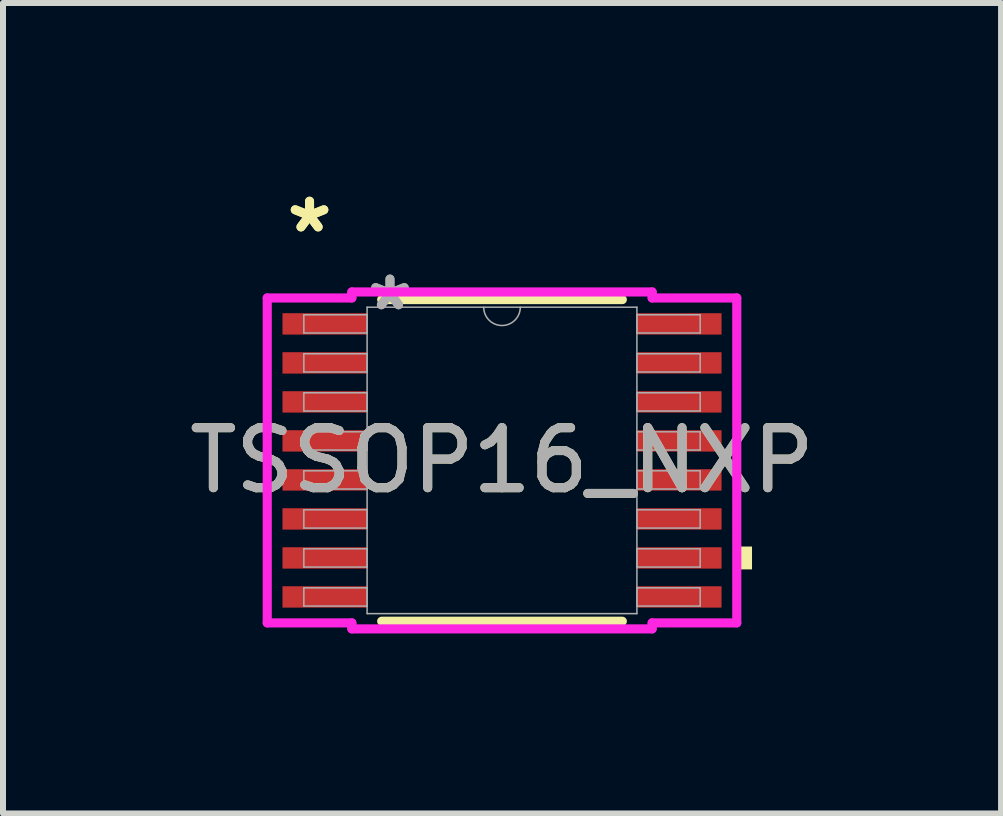
<source format=kicad_pcb>
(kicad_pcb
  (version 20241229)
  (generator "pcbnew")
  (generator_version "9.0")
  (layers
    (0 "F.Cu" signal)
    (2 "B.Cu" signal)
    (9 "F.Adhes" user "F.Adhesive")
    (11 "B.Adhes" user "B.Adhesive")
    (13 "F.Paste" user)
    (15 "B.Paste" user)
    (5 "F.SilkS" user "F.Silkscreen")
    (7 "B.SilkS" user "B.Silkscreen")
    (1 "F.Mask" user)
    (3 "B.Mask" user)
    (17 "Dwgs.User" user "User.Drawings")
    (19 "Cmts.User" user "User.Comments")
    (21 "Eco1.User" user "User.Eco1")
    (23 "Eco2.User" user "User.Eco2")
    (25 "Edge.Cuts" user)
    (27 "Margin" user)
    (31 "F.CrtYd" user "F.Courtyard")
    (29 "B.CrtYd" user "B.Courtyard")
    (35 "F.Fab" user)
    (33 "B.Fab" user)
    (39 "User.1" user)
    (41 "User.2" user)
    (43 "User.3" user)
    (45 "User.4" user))
  (footprint "TSSOP16_NXP"
    (layer "F.Cu")
    (at 5.315 4.622)
    (property "Reference" "TSSOP16_NXP" (at 0 0 0) (unlocked yes) (layer "F.SilkS") (effects (font (size 1 1) (thickness 0.15))))
    (attr smd)
    (fp_line (start -2.005 2.68) (end 2.005 2.68) (stroke (width 0.152) (type solid)) (layer "F.SilkS"))
    (fp_line (start 2.005 -2.68) (end -2.005 -2.68) (stroke (width 0.152) (type solid)) (layer "F.SilkS"))
    (fp_poly (pts (xy 4.166 1.435) (xy 4.166 1.816) (xy 3.912 1.816) (xy 3.912 1.435)) (stroke (width 0) (type solid)) (fill yes) (layer "F.SilkS"))
    (fp_line (start -3.912 -2.707) (end -2.502 -2.707) (stroke (width 0.152) (type solid)) (layer "F.CrtYd"))
    (fp_line (start -3.912 2.707) (end -3.912 -2.707) (stroke (width 0.152) (type solid)) (layer "F.CrtYd"))
    (fp_line (start -3.912 2.707) (end -2.502 2.707) (stroke (width 0.152) (type solid)) (layer "F.CrtYd"))
    (fp_line (start -2.502 -2.807) (end 2.502 -2.807) (stroke (width 0.152) (type solid)) (layer "F.CrtYd"))
    (fp_line (start -2.502 -2.707) (end -2.502 -2.807) (stroke (width 0.152) (type solid)) (layer "F.CrtYd"))
    (fp_line (start -2.502 2.807) (end -2.502 2.707) (stroke (width 0.152) (type solid)) (layer "F.CrtYd"))
    (fp_line (start 2.502 -2.807) (end 2.502 -2.707) (stroke (width 0.152) (type solid)) (layer "F.CrtYd"))
    (fp_line (start 2.502 2.707) (end 2.502 2.807) (stroke (width 0.152) (type solid)) (layer "F.CrtYd"))
    (fp_line (start 2.502 2.807) (end -2.502 2.807) (stroke (width 0.152) (type solid)) (layer "F.CrtYd"))
    (fp_line (start 3.912 -2.707) (end 2.502 -2.707) (stroke (width 0.152) (type solid)) (layer "F.CrtYd"))
    (fp_line (start 3.912 -2.707) (end 3.912 2.707) (stroke (width 0.152) (type solid)) (layer "F.CrtYd"))
    (fp_line (start 3.912 2.707) (end 2.502 2.707) (stroke (width 0.152) (type solid)) (layer "F.CrtYd"))
    (fp_line (start -3.302 -2.427) (end -3.302 -2.123) (stroke (width 0.025) (type solid)) (layer "F.Fab"))
    (fp_line (start -3.302 -2.123) (end -2.248 -2.123) (stroke (width 0.025) (type solid)) (layer "F.Fab"))
    (fp_line (start -3.302 -1.777) (end -3.302 -1.473) (stroke (width 0.025) (type solid)) (layer "F.Fab"))
    (fp_line (start -3.302 -1.473) (end -2.248 -1.473) (stroke (width 0.025) (type solid)) (layer "F.Fab"))
    (fp_line (start -3.302 -1.127) (end -3.302 -0.823) (stroke (width 0.025) (type solid)) (layer "F.Fab"))
    (fp_line (start -3.302 -0.823) (end -2.248 -0.823) (stroke (width 0.025) (type solid)) (layer "F.Fab"))
    (fp_line (start -3.302 -0.477) (end -3.302 -0.173) (stroke (width 0.025) (type solid)) (layer "F.Fab"))
    (fp_line (start -3.302 -0.173) (end -2.248 -0.173) (stroke (width 0.025) (type solid)) (layer "F.Fab"))
    (fp_line (start -3.302 0.173) (end -3.302 0.477) (stroke (width 0.025) (type solid)) (layer "F.Fab"))
    (fp_line (start -3.302 0.477) (end -2.248 0.477) (stroke (width 0.025) (type solid)) (layer "F.Fab"))
    (fp_line (start -3.302 0.823) (end -3.302 1.127) (stroke (width 0.025) (type solid)) (layer "F.Fab"))
    (fp_line (start -3.302 1.127) (end -2.248 1.127) (stroke (width 0.025) (type solid)) (layer "F.Fab"))
    (fp_line (start -3.302 1.473) (end -3.302 1.777) (stroke (width 0.025) (type solid)) (layer "F.Fab"))
    (fp_line (start -3.302 1.777) (end -2.248 1.777) (stroke (width 0.025) (type solid)) (layer "F.Fab"))
    (fp_line (start -3.302 2.123) (end -3.302 2.427) (stroke (width 0.025) (type solid)) (layer "F.Fab"))
    (fp_line (start -3.302 2.427) (end -2.248 2.427) (stroke (width 0.025) (type solid)) (layer "F.Fab"))
    (fp_line (start -2.248 -2.553) (end -2.248 2.553) (stroke (width 0.025) (type solid)) (layer "F.Fab"))
    (fp_line (start -2.248 -2.427) (end -3.302 -2.427) (stroke (width 0.025) (type solid)) (layer "F.Fab"))
    (fp_line (start -2.248 -2.123) (end -2.248 -2.427) (stroke (width 0.025) (type solid)) (layer "F.Fab"))
    (fp_line (start -2.248 -1.777) (end -3.302 -1.777) (stroke (width 0.025) (type solid)) (layer "F.Fab"))
    (fp_line (start -2.248 -1.473) (end -2.248 -1.777) (stroke (width 0.025) (type solid)) (layer "F.Fab"))
    (fp_line (start -2.248 -1.127) (end -3.302 -1.127) (stroke (width 0.025) (type solid)) (layer "F.Fab"))
    (fp_line (start -2.248 -0.823) (end -2.248 -1.127) (stroke (width 0.025) (type solid)) (layer "F.Fab"))
    (fp_line (start -2.248 -0.477) (end -3.302 -0.477) (stroke (width 0.025) (type solid)) (layer "F.Fab"))
    (fp_line (start -2.248 -0.173) (end -2.248 -0.477) (stroke (width 0.025) (type solid)) (layer "F.Fab"))
    (fp_line (start -2.248 0.173) (end -3.302 0.173) (stroke (width 0.025) (type solid)) (layer "F.Fab"))
    (fp_line (start -2.248 0.477) (end -2.248 0.173) (stroke (width 0.025) (type solid)) (layer "F.Fab"))
    (fp_line (start -2.248 0.823) (end -3.302 0.823) (stroke (width 0.025) (type solid)) (layer "F.Fab"))
    (fp_line (start -2.248 1.127) (end -2.248 0.823) (stroke (width 0.025) (type solid)) (layer "F.Fab"))
    (fp_line (start -2.248 1.473) (end -3.302 1.473) (stroke (width 0.025) (type solid)) (layer "F.Fab"))
    (fp_line (start -2.248 1.777) (end -2.248 1.473) (stroke (width 0.025) (type solid)) (layer "F.Fab"))
    (fp_line (start -2.248 2.123) (end -3.302 2.123) (stroke (width 0.025) (type solid)) (layer "F.Fab"))
    (fp_line (start -2.248 2.427) (end -2.248 2.123) (stroke (width 0.025) (type solid)) (layer "F.Fab"))
    (fp_line (start -2.248 2.553) (end 2.248 2.553) (stroke (width 0.025) (type solid)) (layer "F.Fab"))
    (fp_line (start 2.248 -2.553) (end -2.248 -2.553) (stroke (width 0.025) (type solid)) (layer "F.Fab"))
    (fp_line (start 2.248 -2.427) (end 2.248 -2.123) (stroke (width 0.025) (type solid)) (layer "F.Fab"))
    (fp_line (start 2.248 -2.123) (end 3.302 -2.123) (stroke (width 0.025) (type solid)) (layer "F.Fab"))
    (fp_line (start 2.248 -1.777) (end 2.248 -1.473) (stroke (width 0.025) (type solid)) (layer "F.Fab"))
    (fp_line (start 2.248 -1.473) (end 3.302 -1.473) (stroke (width 0.025) (type solid)) (layer "F.Fab"))
    (fp_line (start 2.248 -1.127) (end 2.248 -0.823) (stroke (width 0.025) (type solid)) (layer "F.Fab"))
    (fp_line (start 2.248 -0.823) (end 3.302 -0.823) (stroke (width 0.025) (type solid)) (layer "F.Fab"))
    (fp_line (start 2.248 -0.477) (end 2.248 -0.173) (stroke (width 0.025) (type solid)) (layer "F.Fab"))
    (fp_line (start 2.248 -0.173) (end 3.302 -0.173) (stroke (width 0.025) (type solid)) (layer "F.Fab"))
    (fp_line (start 2.248 0.173) (end 2.248 0.477) (stroke (width 0.025) (type solid)) (layer "F.Fab"))
    (fp_line (start 2.248 0.477) (end 3.302 0.477) (stroke (width 0.025) (type solid)) (layer "F.Fab"))
    (fp_line (start 2.248 0.823) (end 2.248 1.127) (stroke (width 0.025) (type solid)) (layer "F.Fab"))
    (fp_line (start 2.248 1.127) (end 3.302 1.127) (stroke (width 0.025) (type solid)) (layer "F.Fab"))
    (fp_line (start 2.248 1.473) (end 2.248 1.777) (stroke (width 0.025) (type solid)) (layer "F.Fab"))
    (fp_line (start 2.248 1.777) (end 3.302 1.777) (stroke (width 0.025) (type solid)) (layer "F.Fab"))
    (fp_line (start 2.248 2.123) (end 2.248 2.427) (stroke (width 0.025) (type solid)) (layer "F.Fab"))
    (fp_line (start 2.248 2.427) (end 3.302 2.427) (stroke (width 0.025) (type solid)) (layer "F.Fab"))
    (fp_line (start 2.248 2.553) (end 2.248 -2.553) (stroke (width 0.025) (type solid)) (layer "F.Fab"))
    (fp_line (start 3.302 -2.427) (end 2.248 -2.427) (stroke (width 0.025) (type solid)) (layer "F.Fab"))
    (fp_line (start 3.302 -2.123) (end 3.302 -2.427) (stroke (width 0.025) (type solid)) (layer "F.Fab"))
    (fp_line (start 3.302 -1.777) (end 2.248 -1.777) (stroke (width 0.025) (type solid)) (layer "F.Fab"))
    (fp_line (start 3.302 -1.473) (end 3.302 -1.777) (stroke (width 0.025) (type solid)) (layer "F.Fab"))
    (fp_line (start 3.302 -1.127) (end 2.248 -1.127) (stroke (width 0.025) (type solid)) (layer "F.Fab"))
    (fp_line (start 3.302 -0.823) (end 3.302 -1.127) (stroke (width 0.025) (type solid)) (layer "F.Fab"))
    (fp_line (start 3.302 -0.477) (end 2.248 -0.477) (stroke (width 0.025) (type solid)) (layer "F.Fab"))
    (fp_line (start 3.302 -0.173) (end 3.302 -0.477) (stroke (width 0.025) (type solid)) (layer "F.Fab"))
    (fp_line (start 3.302 0.173) (end 2.248 0.173) (stroke (width 0.025) (type solid)) (layer "F.Fab"))
    (fp_line (start 3.302 0.477) (end 3.302 0.173) (stroke (width 0.025) (type solid)) (layer "F.Fab"))
    (fp_line (start 3.302 0.823) (end 2.248 0.823) (stroke (width 0.025) (type solid)) (layer "F.Fab"))
    (fp_line (start 3.302 1.127) (end 3.302 0.823) (stroke (width 0.025) (type solid)) (layer "F.Fab"))
    (fp_line (start 3.302 1.473) (end 2.248 1.473) (stroke (width 0.025) (type solid)) (layer "F.Fab"))
    (fp_line (start 3.302 1.777) (end 3.302 1.473) (stroke (width 0.025) (type solid)) (layer "F.Fab"))
    (fp_line (start 3.302 2.123) (end 2.248 2.123) (stroke (width 0.025) (type solid)) (layer "F.Fab"))
    (fp_line (start 3.302 2.427) (end 3.302 2.123) (stroke (width 0.025) (type solid)) (layer "F.Fab"))
    (fp_arc (start 0.3048 -2.5527) (mid 0 -2.2479) (end -0.3048 -2.5527) (stroke (width 0.0254) (type solid)) (layer "F.Fab"))
    (fp_text user "*" (at -3.207 -3.774 0) (layer "F.SilkS") (effects (font (size 1 1) (thickness 0.15))))
    (fp_text user "*" (at -3.207 -3.774 0) (unlocked yes) (layer "F.SilkS") (effects (font (size 1 1) (thickness 0.15))))
    (fp_text user "${REFERENCE}" (at 0 0 0) (unlocked yes) (layer "F.Fab") (effects (font (size 1 1) (thickness 0.15))))
    (fp_text user "*" (at -1.867 -2.477 0) (unlocked yes) (layer "F.Fab") (effects (font (size 1 1) (thickness 0.15))))
    (fp_text user "*" (at -1.867 -2.477 0) (layer "F.Fab") (effects (font (size 1 1) (thickness 0.15))))
    (pad "1" smd rect (at -2.953 -2.275) (size 1.41 0.356) (layers "F.Cu" "F.Mask" "F.Paste"))
    (pad "2" smd rect (at -2.953 -1.625) (size 1.41 0.356) (layers "F.Cu" "F.Mask" "F.Paste"))
    (pad "3" smd rect (at -2.953 -0.975) (size 1.41 0.356) (layers "F.Cu" "F.Mask" "F.Paste"))
    (pad "4" smd rect (at -2.953 -0.325) (size 1.41 0.356) (layers "F.Cu" "F.Mask" "F.Paste"))
    (pad "5" smd rect (at -2.953 0.325) (size 1.41 0.356) (layers "F.Cu" "F.Mask" "F.Paste"))
    (pad "6" smd rect (at -2.953 0.975) (size 1.41 0.356) (layers "F.Cu" "F.Mask" "F.Paste"))
    (pad "7" smd rect (at -2.953 1.625) (size 1.41 0.356) (layers "F.Cu" "F.Mask" "F.Paste"))
    (pad "8" smd rect (at -2.953 2.275) (size 1.41 0.356) (layers "F.Cu" "F.Mask" "F.Paste"))
    (pad "9" smd rect (at 2.953 2.275) (size 1.41 0.356) (layers "F.Cu" "F.Mask" "F.Paste"))
    (pad "10" smd rect (at 2.953 1.625) (size 1.41 0.356) (layers "F.Cu" "F.Mask" "F.Paste"))
    (pad "11" smd rect (at 2.953 0.975) (size 1.41 0.356) (layers "F.Cu" "F.Mask" "F.Paste"))
    (pad "12" smd rect (at 2.953 0.325) (size 1.41 0.356) (layers "F.Cu" "F.Mask" "F.Paste"))
    (pad "13" smd rect (at 2.953 -0.325) (size 1.41 0.356) (layers "F.Cu" "F.Mask" "F.Paste"))
    (pad "14" smd rect (at 2.953 -0.975) (size 1.41 0.356) (layers "F.Cu" "F.Mask" "F.Paste"))
    (pad "15" smd rect (at 2.953 -1.625) (size 1.41 0.356) (layers "F.Cu" "F.Mask" "F.Paste"))
    (pad "16" smd rect (at 2.953 -2.275) (size 1.41 0.356) (layers "F.Cu" "F.Mask" "F.Paste")))
  (gr_rect
    (start -3 -3)
    (end 13.631 10.505)
    (stroke (width 0.1) (type default))
    (fill no)
    (layer "Edge.Cuts")))
</source>
